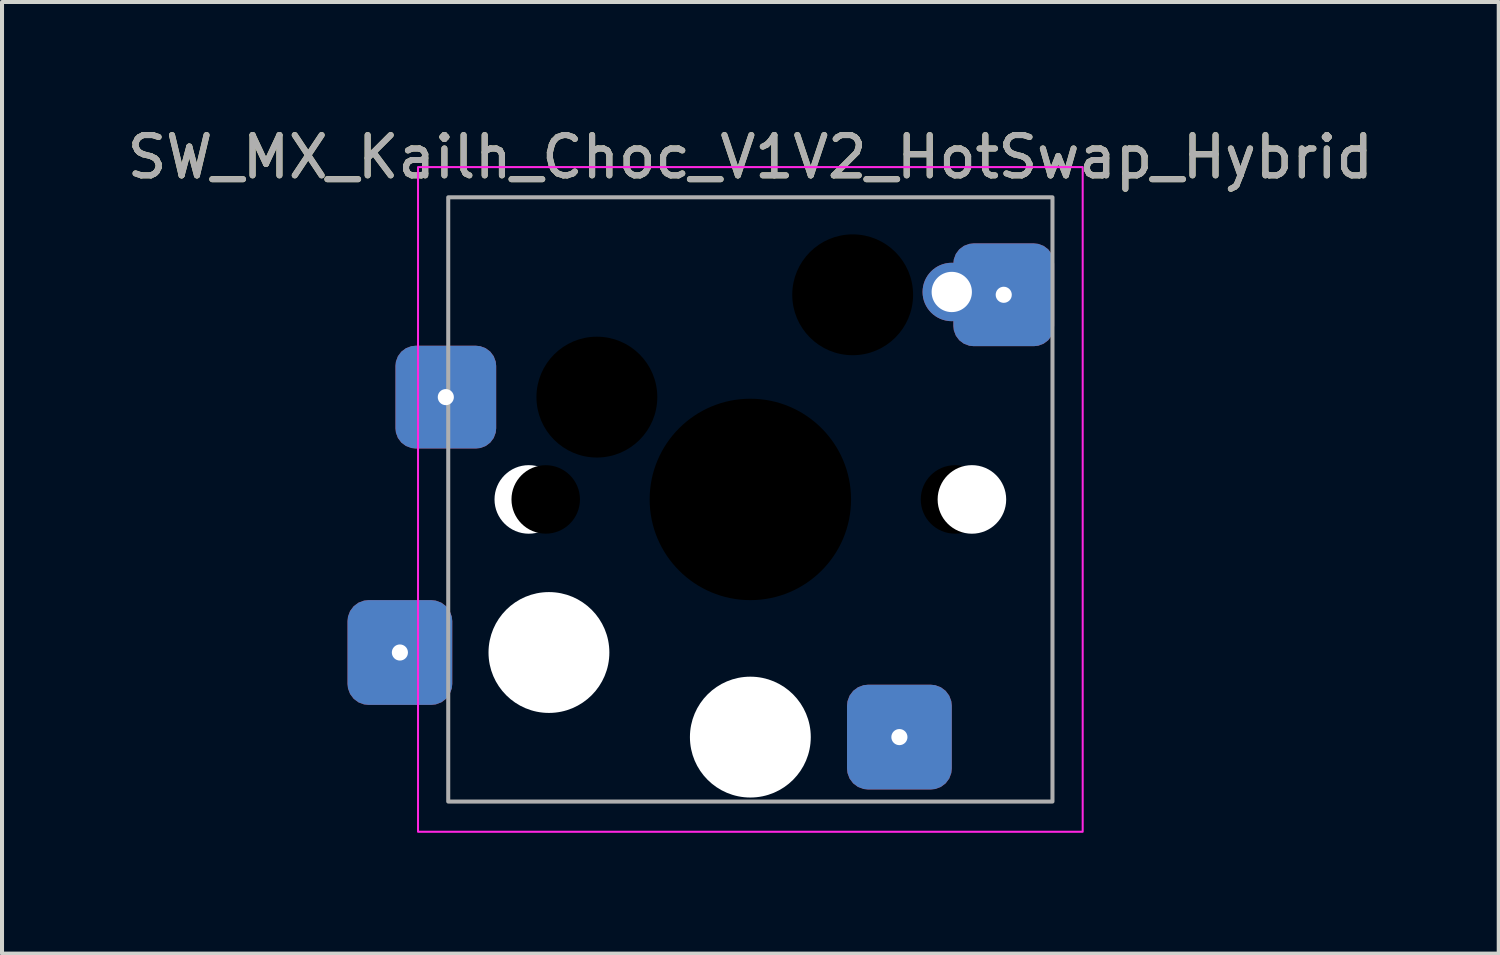
<source format=kicad_pcb>
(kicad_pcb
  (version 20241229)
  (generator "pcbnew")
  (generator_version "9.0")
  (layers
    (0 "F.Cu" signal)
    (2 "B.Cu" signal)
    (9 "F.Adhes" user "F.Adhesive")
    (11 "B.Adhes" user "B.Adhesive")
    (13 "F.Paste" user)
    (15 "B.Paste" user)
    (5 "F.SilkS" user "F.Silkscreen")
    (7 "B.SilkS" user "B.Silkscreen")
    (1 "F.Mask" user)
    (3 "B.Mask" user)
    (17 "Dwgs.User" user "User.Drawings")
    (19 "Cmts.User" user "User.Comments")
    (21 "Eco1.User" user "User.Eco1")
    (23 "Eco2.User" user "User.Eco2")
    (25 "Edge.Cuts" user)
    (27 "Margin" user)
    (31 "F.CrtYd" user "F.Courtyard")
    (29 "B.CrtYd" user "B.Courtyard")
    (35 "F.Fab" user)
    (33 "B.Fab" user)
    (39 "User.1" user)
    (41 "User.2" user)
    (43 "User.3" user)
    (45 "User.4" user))
  (footprint "SW_MX_Kailh_Choc_V1V2_HotSwap_Hybrid"
    (layer "F.Cu")
    (at 15.577 9.348)
    (property "Reference" "SW_MX_Kailh_Choc_V1V2_HotSwap_Hybrid" (at 0 -8.5 0) (unlocked yes) (layer "F.SilkS") (effects (font (size 1 1) (thickness 0.15))))
    (attr smd)
    (fp_rect (start -8.25 -8.25) (end 8.25 8.25) (stroke (width 0.05) (type solid)) (fill no) (layer "F.CrtYd"))
    (fp_rect (start -7.5 -7.5) (end 7.5 7.5) (stroke (width 0.1) (type solid)) (fill no) (layer "F.Fab"))
    (fp_text user "${REFERENCE}" (at 0 -8.5 0) (unlocked yes) (layer "F.Fab") (effects (font (size 1 1) (thickness 0.15))))
    (pad "" np_thru_hole circle (at -5.5 0) (size 1.702 1.702) (drill 1.702) (layers "*.Cu" "*.Mask"))
    (pad "" np_thru_hole circle (at -5.08 0 180) (size 1.7 1.7) (drill 1.7) (layers "*.Mask"))
    (pad "" np_thru_hole circle (at -5 3.8) (size 3 3) (drill 3) (layers "*.Cu" "*.Mask"))
    (pad "" np_thru_hole circle (at -3.81 -2.54 180) (size 3 3) (drill 3) (layers "*.Mask"))
    (pad "" np_thru_hole circle (at 0 0 180) (size 5 5) (drill 5) (layers "*.Mask"))
    (pad "" np_thru_hole circle (at 0 5.9) (size 3 3) (drill 3) (layers "*.Cu" "*.Mask"))
    (pad "" np_thru_hole circle (at 2.54 -5.08 180) (size 3 3) (drill 3) (layers "*.Mask"))
    (pad "" np_thru_hole circle (at 5.08 0 180) (size 1.7 1.7) (drill 1.7) (layers "*.Mask"))
    (pad "" np_thru_hole circle (at 5.5 0) (size 1.702 1.702) (drill 1.702) (layers "*.Cu" "*.Mask"))
    (pad "1" thru_hole roundrect (at 3.7 5.9) (size 2.6 2.6) (drill 0.4) (layers "*.Cu" "B.Mask" "B.Paste") (roundrect_rratio 0.2))
    (pad "1" thru_hole circle (at 5 -5.15) (size 1.45 1.45) (drill 1) (layers "*.Cu" "B.Mask"))
    (pad "1" thru_hole roundrect (at 6.29 -5.08 180) (size 2.5 2.55) (drill 0.4) (layers "*.Cu" "B.Mask" "B.Paste") (roundrect_rratio 0.2))
    (pad "2" thru_hole roundrect (at -8.7 3.8) (size 2.6 2.6) (drill 0.4) (layers "*.Cu" "B.Mask" "B.Paste") (roundrect_rratio 0.2))
    (pad "2" thru_hole roundrect (at -7.56 -2.54 180) (size 2.5 2.55) (drill 0.4) (layers "*.Cu" "B.Mask" "B.Paste") (roundrect_rratio 0.2)))
  (gr_rect
    (start -3 -3)
    (end 34.155 20.623)
    (stroke (width 0.1) (type default))
    (fill no)
    (layer "Edge.Cuts")))
</source>
